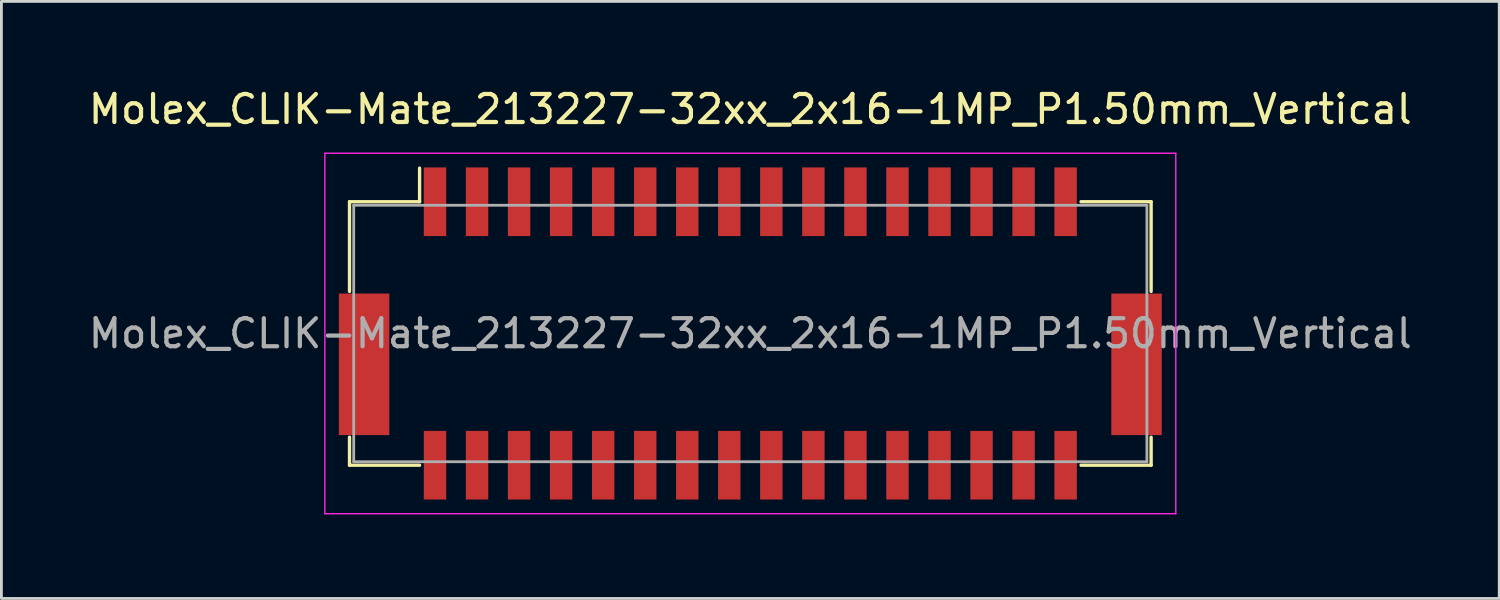
<source format=kicad_pcb>
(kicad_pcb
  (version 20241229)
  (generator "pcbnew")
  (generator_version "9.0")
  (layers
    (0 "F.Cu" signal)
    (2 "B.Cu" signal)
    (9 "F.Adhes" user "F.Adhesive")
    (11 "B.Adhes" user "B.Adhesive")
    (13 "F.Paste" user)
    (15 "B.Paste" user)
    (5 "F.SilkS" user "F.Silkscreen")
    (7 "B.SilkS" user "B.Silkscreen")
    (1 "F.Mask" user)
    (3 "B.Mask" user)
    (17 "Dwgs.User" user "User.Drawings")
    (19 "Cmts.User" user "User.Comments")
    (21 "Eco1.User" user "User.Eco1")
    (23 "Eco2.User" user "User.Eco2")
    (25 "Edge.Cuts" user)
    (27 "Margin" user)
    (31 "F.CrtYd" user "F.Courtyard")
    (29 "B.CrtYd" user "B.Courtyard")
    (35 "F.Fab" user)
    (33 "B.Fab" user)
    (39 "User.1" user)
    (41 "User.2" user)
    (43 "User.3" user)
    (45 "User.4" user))
  (footprint "Molex_CLIK-Mate_213227-32xx_2x16-1MP_P1.50mm_Vertical"
    (layer "F.Cu")
    (at 23.72 8.848)
    (property "Reference" "Molex_CLIK-Mate_213227-32xx_2x16-1MP_P1.50mm_Vertical" (at 0 -8 0) (layer "F.SilkS") (effects (font (size 1 1) (thickness 0.15))))
    (attr smd)
    (fp_line (start -14.3 -4.7) (end -14.3 -1.5) (stroke (width 0.12) (type solid)) (layer "F.SilkS"))
    (fp_line (start -14.3 3.7) (end -14.3 4.7) (stroke (width 0.12) (type solid)) (layer "F.SilkS"))
    (fp_line (start -14.3 4.7) (end -11.8 4.7) (stroke (width 0.12) (type solid)) (layer "F.SilkS"))
    (fp_line (start -11.8 -4.7) (end -14.3 -4.7) (stroke (width 0.12) (type solid)) (layer "F.SilkS"))
    (fp_line (start -11.8 -4.7) (end -11.8 -5.9) (stroke (width 0.12) (type solid)) (layer "F.SilkS"))
    (fp_line (start 11.8 4.7) (end 14.3 4.7) (stroke (width 0.12) (type solid)) (layer "F.SilkS"))
    (fp_line (start 14.3 -4.7) (end 11.8 -4.7) (stroke (width 0.12) (type solid)) (layer "F.SilkS"))
    (fp_line (start 14.3 -1.5) (end 14.3 -4.7) (stroke (width 0.12) (type solid)) (layer "F.SilkS"))
    (fp_line (start 14.3 4.7) (end 14.3 3.7) (stroke (width 0.12) (type solid)) (layer "F.SilkS"))
    (fp_line (start -15.18 -6.43) (end -15.18 6.43) (stroke (width 0.05) (type solid)) (layer "F.CrtYd"))
    (fp_line (start -15.18 -6.43) (end 15.18 -6.43) (stroke (width 0.05) (type solid)) (layer "F.CrtYd"))
    (fp_line (start -15.18 6.43) (end 15.18 6.43) (stroke (width 0.05) (type solid)) (layer "F.CrtYd"))
    (fp_line (start 15.18 -6.43) (end 15.18 6.43) (stroke (width 0.05) (type solid)) (layer "F.CrtYd"))
    (fp_line (start -14.15 -4.575) (end 14.15 -4.575) (stroke (width 0.1) (type solid)) (layer "F.Fab"))
    (fp_line (start -14.15 4.575) (end -14.15 -4.575) (stroke (width 0.1) (type solid)) (layer "F.Fab"))
    (fp_line (start -14.15 4.575) (end 14.15 4.575) (stroke (width 0.1) (type solid)) (layer "F.Fab"))
    (fp_line (start 14.15 4.575) (end 14.15 -4.575) (stroke (width 0.1) (type solid)) (layer "F.Fab"))
    (fp_text user "${REFERENCE}" (at 0 0 0) (layer "F.Fab") (effects (font (size 1 1) (thickness 0.15))))
    (pad "1" smd rect (at -11.25 -4.7) (size 0.8 2.45) (layers "F.Cu" "F.Mask" "F.Paste"))
    (pad "2" smd rect (at -11.25 4.7) (size 0.8 2.45) (layers "F.Cu" "F.Mask" "F.Paste"))
    (pad "3" smd rect (at -9.75 -4.7) (size 0.8 2.45) (layers "F.Cu" "F.Mask" "F.Paste"))
    (pad "4" smd rect (at -9.75 4.7) (size 0.8 2.45) (layers "F.Cu" "F.Mask" "F.Paste"))
    (pad "5" smd rect (at -8.25 -4.7) (size 0.8 2.45) (layers "F.Cu" "F.Mask" "F.Paste"))
    (pad "6" smd rect (at -8.25 4.7) (size 0.8 2.45) (layers "F.Cu" "F.Mask" "F.Paste"))
    (pad "7" smd rect (at -6.75 -4.7) (size 0.8 2.45) (layers "F.Cu" "F.Mask" "F.Paste"))
    (pad "8" smd rect (at -6.75 4.7) (size 0.8 2.45) (layers "F.Cu" "F.Mask" "F.Paste"))
    (pad "9" smd rect (at -5.25 -4.7) (size 0.8 2.45) (layers "F.Cu" "F.Mask" "F.Paste"))
    (pad "10" smd rect (at -5.25 4.7) (size 0.8 2.45) (layers "F.Cu" "F.Mask" "F.Paste"))
    (pad "11" smd rect (at -3.75 -4.7) (size 0.8 2.45) (layers "F.Cu" "F.Mask" "F.Paste"))
    (pad "12" smd rect (at -3.75 4.7) (size 0.8 2.45) (layers "F.Cu" "F.Mask" "F.Paste"))
    (pad "13" smd rect (at -2.25 -4.7) (size 0.8 2.45) (layers "F.Cu" "F.Mask" "F.Paste"))
    (pad "14" smd rect (at -2.25 4.7) (size 0.8 2.45) (layers "F.Cu" "F.Mask" "F.Paste"))
    (pad "15" smd rect (at -0.75 -4.7) (size 0.8 2.45) (layers "F.Cu" "F.Mask" "F.Paste"))
    (pad "16" smd rect (at -0.75 4.7) (size 0.8 2.45) (layers "F.Cu" "F.Mask" "F.Paste"))
    (pad "17" smd rect (at 0.75 -4.7) (size 0.8 2.45) (layers "F.Cu" "F.Mask" "F.Paste"))
    (pad "18" smd rect (at 0.75 4.7) (size 0.8 2.45) (layers "F.Cu" "F.Mask" "F.Paste"))
    (pad "19" smd rect (at 2.25 -4.7) (size 0.8 2.45) (layers "F.Cu" "F.Mask" "F.Paste"))
    (pad "20" smd rect (at 2.25 4.7) (size 0.8 2.45) (layers "F.Cu" "F.Mask" "F.Paste"))
    (pad "21" smd rect (at 3.75 -4.7) (size 0.8 2.45) (layers "F.Cu" "F.Mask" "F.Paste"))
    (pad "22" smd rect (at 3.75 4.7) (size 0.8 2.45) (layers "F.Cu" "F.Mask" "F.Paste"))
    (pad "23" smd rect (at 5.25 -4.7) (size 0.8 2.45) (layers "F.Cu" "F.Mask" "F.Paste"))
    (pad "24" smd rect (at 5.25 4.7) (size 0.8 2.45) (layers "F.Cu" "F.Mask" "F.Paste"))
    (pad "25" smd rect (at 6.75 -4.7) (size 0.8 2.45) (layers "F.Cu" "F.Mask" "F.Paste"))
    (pad "26" smd rect (at 6.75 4.7) (size 0.8 2.45) (layers "F.Cu" "F.Mask" "F.Paste"))
    (pad "27" smd rect (at 8.25 -4.7) (size 0.8 2.45) (layers "F.Cu" "F.Mask" "F.Paste"))
    (pad "28" smd rect (at 8.25 4.7) (size 0.8 2.45) (layers "F.Cu" "F.Mask" "F.Paste"))
    (pad "29" smd rect (at 9.75 -4.7) (size 0.8 2.45) (layers "F.Cu" "F.Mask" "F.Paste"))
    (pad "30" smd rect (at 9.75 4.7) (size 0.8 2.45) (layers "F.Cu" "F.Mask" "F.Paste"))
    (pad "31" smd rect (at 11.25 -4.7) (size 0.8 2.45) (layers "F.Cu" "F.Mask" "F.Paste"))
    (pad "32" smd rect (at 11.25 4.7) (size 0.8 2.45) (layers "F.Cu" "F.Mask" "F.Paste"))
    (pad "MP" smd rect (at -13.78 1.1) (size 1.8 5.05) (layers "F.Cu" "F.Mask" "F.Paste"))
    (pad "MP" smd rect (at 13.78 1.1) (size 1.8 5.05) (layers "F.Cu" "F.Mask" "F.Paste")))
  (gr_rect
    (start -3 -3)
    (end 50.44 18.303)
    (stroke (width 0.1) (type default))
    (fill no)
    (layer "Edge.Cuts")))
</source>
